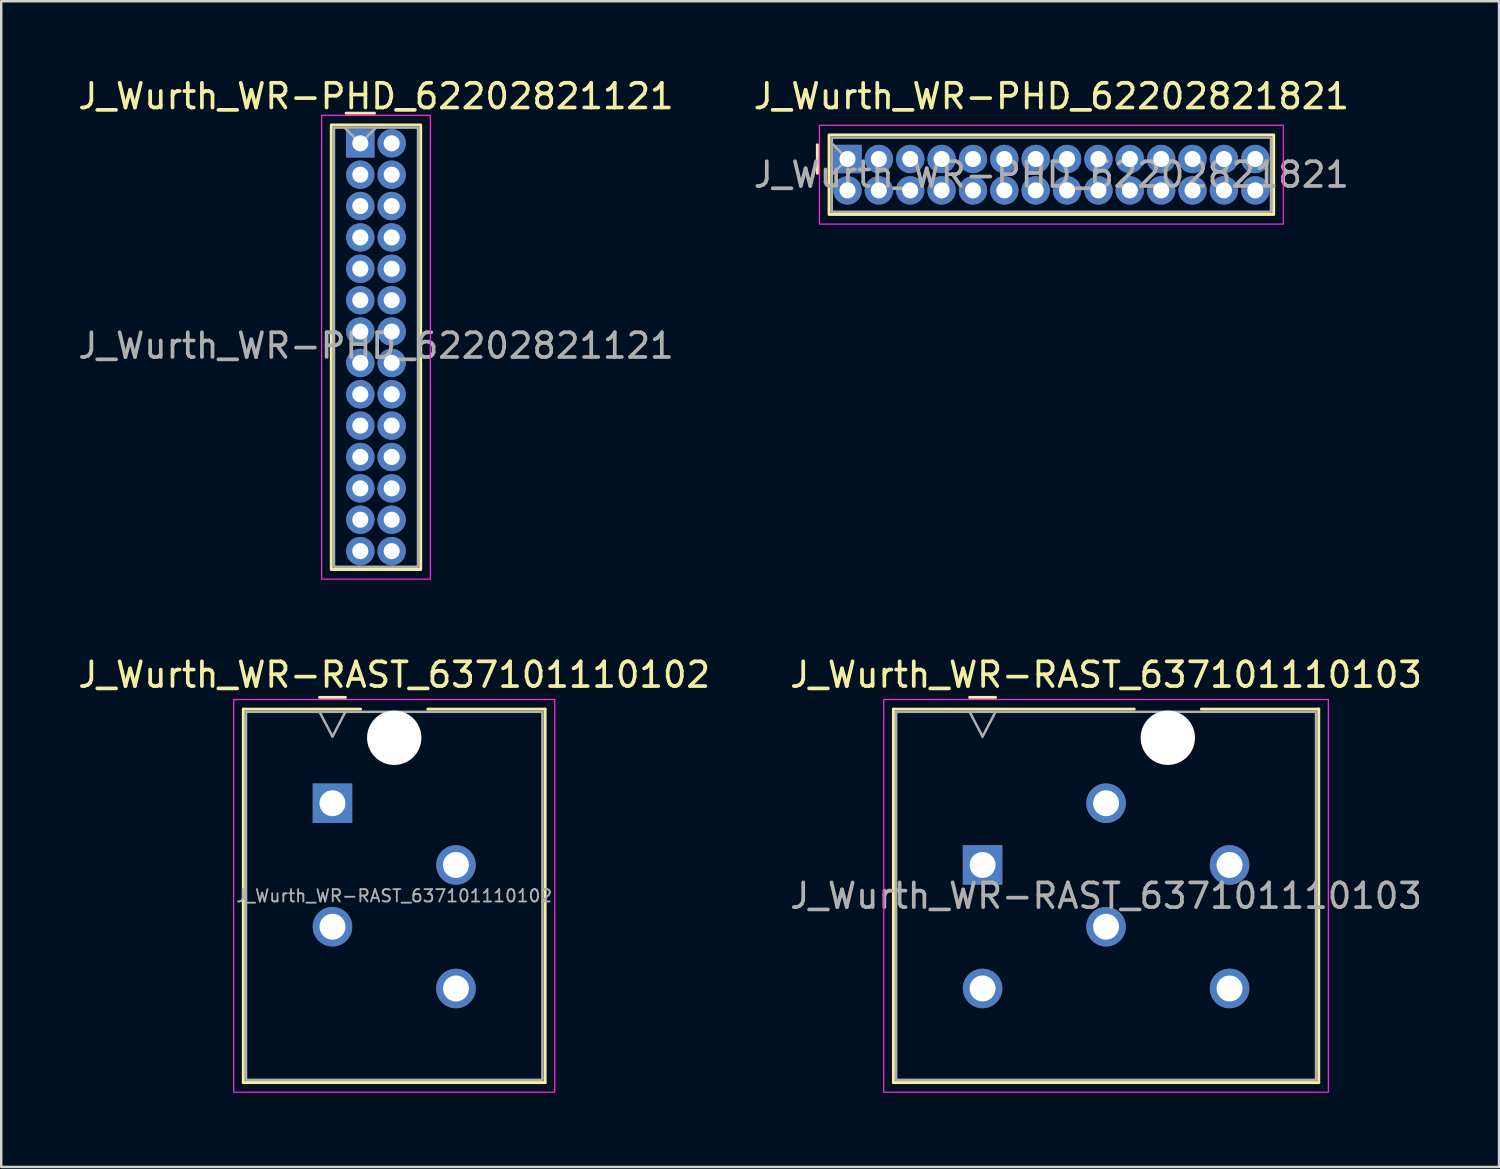
<source format=kicad_pcb>
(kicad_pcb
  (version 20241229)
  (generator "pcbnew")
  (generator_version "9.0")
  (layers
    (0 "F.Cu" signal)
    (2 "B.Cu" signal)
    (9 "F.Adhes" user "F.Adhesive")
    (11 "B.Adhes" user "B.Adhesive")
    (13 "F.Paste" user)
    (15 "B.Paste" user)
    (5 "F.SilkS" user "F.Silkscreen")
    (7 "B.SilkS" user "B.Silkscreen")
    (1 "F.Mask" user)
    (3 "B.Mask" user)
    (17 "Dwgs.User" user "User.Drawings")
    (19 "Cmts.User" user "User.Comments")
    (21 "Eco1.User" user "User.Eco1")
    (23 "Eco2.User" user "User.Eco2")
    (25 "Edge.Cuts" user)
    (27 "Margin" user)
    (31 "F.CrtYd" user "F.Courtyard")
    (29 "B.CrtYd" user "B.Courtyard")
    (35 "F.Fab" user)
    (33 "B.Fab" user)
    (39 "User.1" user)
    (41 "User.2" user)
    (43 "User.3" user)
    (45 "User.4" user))
  (footprint "J_Wurth_WR-PHD_62202821821"
    (layer "F.Cu")
    (at 31.263 3.388)
    (property "Reference" "J_Wurth_WR-PHD_62202821821" (at 8.255 -2.54 0) (unlocked yes) (layer "F.SilkS") (effects (font (size 1 1) (thickness 0.15))))
    (attr through_hole)
    (fp_line (start -1.22 -0.575) (end -1.22 0.575) (stroke (width 0.12) (type solid)) (layer "F.SilkS"))
    (fp_rect (start -0.745 -0.975) (end 17.255 2.245) (stroke (width 0.12) (type solid)) (fill no) (layer "F.SilkS"))
    (fp_rect (start -1.135 -1.365) (end 17.645 2.635) (stroke (width 0.05) (type solid)) (fill no) (layer "F.CrtYd"))
    (fp_line (start -0.635 0.635) (end 0 0) (stroke (width 0.1) (type default)) (layer "F.Fab"))
    (fp_line (start 0 0) (end -0.635 -0.635) (stroke (width 0.1) (type default)) (layer "F.Fab"))
    (fp_rect (start -0.635 -0.865) (end 17.145 2.135) (stroke (width 0.1) (type solid)) (fill no) (layer "F.Fab"))
    (fp_text user "${REFERENCE}" (at 8.255 0.635 0) (unlocked yes) (layer "F.Fab") (effects (font (size 1 1) (thickness 0.15))))
    (pad "1" thru_hole rect (at 0 0 180) (size 1.15 1.15) (drill 0.65) (layers "*.Cu" "*.Mask"))
    (pad "2" thru_hole circle (at 0 1.27 180) (size 1.15 1.15) (drill 0.65) (layers "*.Cu" "*.Mask"))
    (pad "3" thru_hole circle (at 1.27 0 180) (size 1.15 1.15) (drill 0.65) (layers "*.Cu" "*.Mask"))
    (pad "4" thru_hole circle (at 1.27 1.27 180) (size 1.15 1.15) (drill 0.65) (layers "*.Cu" "*.Mask"))
    (pad "5" thru_hole circle (at 2.54 0 180) (size 1.15 1.15) (drill 0.65) (layers "*.Cu" "*.Mask"))
    (pad "6" thru_hole circle (at 2.54 1.27 180) (size 1.15 1.15) (drill 0.65) (layers "*.Cu" "*.Mask"))
    (pad "7" thru_hole circle (at 3.81 0 180) (size 1.15 1.15) (drill 0.65) (layers "*.Cu" "*.Mask"))
    (pad "8" thru_hole circle (at 3.81 1.27 180) (size 1.15 1.15) (drill 0.65) (layers "*.Cu" "*.Mask"))
    (pad "9" thru_hole circle (at 5.08 0 180) (size 1.15 1.15) (drill 0.65) (layers "*.Cu" "*.Mask"))
    (pad "10" thru_hole circle (at 5.08 1.27 180) (size 1.15 1.15) (drill 0.65) (layers "*.Cu" "*.Mask"))
    (pad "11" thru_hole circle (at 6.35 0 180) (size 1.15 1.15) (drill 0.65) (layers "*.Cu" "*.Mask"))
    (pad "12" thru_hole circle (at 6.35 1.27 180) (size 1.15 1.15) (drill 0.65) (layers "*.Cu" "*.Mask"))
    (pad "13" thru_hole circle (at 7.62 0 180) (size 1.15 1.15) (drill 0.65) (layers "*.Cu" "*.Mask"))
    (pad "14" thru_hole circle (at 7.62 1.27 180) (size 1.15 1.15) (drill 0.65) (layers "*.Cu" "*.Mask"))
    (pad "15" thru_hole circle (at 8.89 0 180) (size 1.15 1.15) (drill 0.65) (layers "*.Cu" "*.Mask"))
    (pad "16" thru_hole circle (at 8.89 1.27 180) (size 1.15 1.15) (drill 0.65) (layers "*.Cu" "*.Mask"))
    (pad "17" thru_hole circle (at 10.16 0 180) (size 1.15 1.15) (drill 0.65) (layers "*.Cu" "*.Mask"))
    (pad "18" thru_hole circle (at 10.16 1.27 180) (size 1.15 1.15) (drill 0.65) (layers "*.Cu" "*.Mask"))
    (pad "19" thru_hole circle (at 11.43 0 180) (size 1.15 1.15) (drill 0.65) (layers "*.Cu" "*.Mask"))
    (pad "20" thru_hole circle (at 11.43 1.27 180) (size 1.15 1.15) (drill 0.65) (layers "*.Cu" "*.Mask"))
    (pad "21" thru_hole circle (at 12.7 0 180) (size 1.15 1.15) (drill 0.65) (layers "*.Cu" "*.Mask"))
    (pad "22" thru_hole circle (at 12.7 1.27 180) (size 1.15 1.15) (drill 0.65) (layers "*.Cu" "*.Mask"))
    (pad "23" thru_hole circle (at 13.97 0 180) (size 1.15 1.15) (drill 0.65) (layers "*.Cu" "*.Mask"))
    (pad "24" thru_hole circle (at 13.97 1.27 180) (size 1.15 1.15) (drill 0.65) (layers "*.Cu" "*.Mask"))
    (pad "25" thru_hole circle (at 15.24 0 180) (size 1.15 1.15) (drill 0.65) (layers "*.Cu" "*.Mask"))
    (pad "26" thru_hole circle (at 15.24 1.27 180) (size 1.15 1.15) (drill 0.65) (layers "*.Cu" "*.Mask"))
    (pad "27" thru_hole circle (at 16.51 0 180) (size 1.15 1.15) (drill 0.65) (layers "*.Cu" "*.Mask"))
    (pad "28" thru_hole circle (at 16.51 1.27 180) (size 1.15 1.15) (drill 0.65) (layers "*.Cu" "*.Mask")))
  (footprint "J_Wurth_WR-RAST_637101110102"
    (layer "F.Cu")
    (at 10.411 29.471)
    (property "Reference" "J_Wurth_WR-RAST_637101110102" (at 2.5 -5.2 0) (unlocked yes) (layer "F.SilkS") (effects (font (size 1 1) (thickness 0.15))))
    (attr smd)
    (fp_line (start -3.61 -3.81) (end -3.61 11.31) (stroke (width 0.12) (type default)) (layer "F.SilkS"))
    (fp_line (start -3.61 -3.81) (end 1.14 -3.81) (stroke (width 0.12) (type default)) (layer "F.SilkS"))
    (fp_line (start -3.61 11.31) (end 8.61 11.31) (stroke (width 0.12) (type default)) (layer "F.SilkS"))
    (fp_line (start -0.525 -4.285) (end 0.525 -4.285) (stroke (width 0.12) (type default)) (layer "F.SilkS"))
    (fp_line (start 8.61 -3.81) (end 3.86 -3.81) (stroke (width 0.12) (type default)) (layer "F.SilkS"))
    (fp_line (start 8.61 -3.81) (end 8.61 11.31) (stroke (width 0.12) (type default)) (layer "F.SilkS"))
    (fp_rect (start -4 -4.2) (end 9 11.7) (stroke (width 0.05) (type default)) (fill no) (layer "F.CrtYd"))
    (fp_line (start -0.525 -3.7) (end 0 -2.7) (stroke (width 0.1) (type default)) (layer "F.Fab"))
    (fp_line (start 0.525 -3.7) (end 0 -2.7) (stroke (width 0.1) (type default)) (layer "F.Fab"))
    (fp_rect (start -3.5 -3.7) (end 8.5 11.2) (stroke (width 0.1) (type default)) (fill no) (layer "F.Fab"))
    (fp_text user "${REFERENCE}" (at 2.5 3.75 0) (unlocked yes) (layer "F.Fab") (effects (font (size 0.5 0.5) (thickness 0.075))))
    (pad "" np_thru_hole circle (at 2.5 -2.65) (size 2.2 2.2) (drill 2.2) (layers "*.Cu" "*.Mask"))
    (pad "1" thru_hole rect (at 0 0) (size 1.6 1.6) (drill 1.05) (layers "*.Cu" "*.Mask"))
    (pad "2" thru_hole circle (at 5 2.5) (size 1.6 1.6) (drill 1.05) (layers "*.Cu" "*.Mask"))
    (pad "A1" thru_hole circle (at 0 5) (size 1.6 1.6) (drill 1.05) (layers "*.Cu" "*.Mask"))
    (pad "A2" thru_hole circle (at 5 7.5) (size 1.6 1.6) (drill 1.05) (layers "*.Cu" "*.Mask")))
  (footprint "J_Wurth_WR-PHD_62202821121"
    (layer "F.Cu")
    (at 11.538 2.753)
    (property "Reference" "J_Wurth_WR-PHD_62202821121" (at 0.635 -1.905 0) (unlocked yes) (layer "F.SilkS") (effects (font (size 1 1) (thickness 0.15))))
    (attr through_hole)
    (fp_line (start 0.575 -1.22) (end -0.575 -1.22) (stroke (width 0.12) (type solid)) (layer "F.SilkS"))
    (fp_rect (start -1.175 -0.745) (end 2.445 17.255) (stroke (width 0.12) (type solid)) (fill no) (layer "F.SilkS"))
    (fp_rect (start -1.565 -1.135) (end 2.835 17.645) (stroke (width 0.05) (type solid)) (fill no) (layer "F.CrtYd"))
    (fp_line (start 0 0) (end -0.635 -0.635) (stroke (width 0.1) (type default)) (layer "F.Fab"))
    (fp_line (start 0.635 -0.635) (end 0 0) (stroke (width 0.1) (type default)) (layer "F.Fab"))
    (fp_rect (start -1.065 -0.635) (end 2.335 17.145) (stroke (width 0.1) (type solid)) (fill no) (layer "F.Fab"))
    (fp_text user "${REFERENCE}" (at 0.635 8.195 0) (unlocked yes) (layer "F.Fab") (effects (font (size 1 1) (thickness 0.15))))
    (pad "1" thru_hole rect (at 0 0 270) (size 1.15 1.15) (drill 0.65) (layers "*.Cu" "*.Mask"))
    (pad "2" thru_hole circle (at 1.27 0 270) (size 1.15 1.15) (drill 0.65) (layers "*.Cu" "*.Mask"))
    (pad "3" thru_hole circle (at 0 1.27 270) (size 1.15 1.15) (drill 0.65) (layers "*.Cu" "*.Mask"))
    (pad "4" thru_hole circle (at 1.27 1.27 270) (size 1.15 1.15) (drill 0.65) (layers "*.Cu" "*.Mask"))
    (pad "5" thru_hole circle (at 0 2.54 270) (size 1.15 1.15) (drill 0.65) (layers "*.Cu" "*.Mask"))
    (pad "6" thru_hole circle (at 1.27 2.54 270) (size 1.15 1.15) (drill 0.65) (layers "*.Cu" "*.Mask"))
    (pad "7" thru_hole circle (at 0 3.81 270) (size 1.15 1.15) (drill 0.65) (layers "*.Cu" "*.Mask"))
    (pad "8" thru_hole circle (at 1.27 3.81 270) (size 1.15 1.15) (drill 0.65) (layers "*.Cu" "*.Mask"))
    (pad "9" thru_hole circle (at 0 5.08 270) (size 1.15 1.15) (drill 0.65) (layers "*.Cu" "*.Mask"))
    (pad "10" thru_hole circle (at 1.27 5.08 270) (size 1.15 1.15) (drill 0.65) (layers "*.Cu" "*.Mask"))
    (pad "11" thru_hole circle (at 0 6.35 270) (size 1.15 1.15) (drill 0.65) (layers "*.Cu" "*.Mask"))
    (pad "12" thru_hole circle (at 1.27 6.35 270) (size 1.15 1.15) (drill 0.65) (layers "*.Cu" "*.Mask"))
    (pad "13" thru_hole circle (at 0 7.62 270) (size 1.15 1.15) (drill 0.65) (layers "*.Cu" "*.Mask"))
    (pad "14" thru_hole circle (at 1.27 7.62 270) (size 1.15 1.15) (drill 0.65) (layers "*.Cu" "*.Mask"))
    (pad "15" thru_hole circle (at 0 8.89 270) (size 1.15 1.15) (drill 0.65) (layers "*.Cu" "*.Mask"))
    (pad "16" thru_hole circle (at 1.27 8.89 270) (size 1.15 1.15) (drill 0.65) (layers "*.Cu" "*.Mask"))
    (pad "17" thru_hole circle (at 0 10.16 270) (size 1.15 1.15) (drill 0.65) (layers "*.Cu" "*.Mask"))
    (pad "18" thru_hole circle (at 1.27 10.16 270) (size 1.15 1.15) (drill 0.65) (layers "*.Cu" "*.Mask"))
    (pad "19" thru_hole circle (at 0 11.43 270) (size 1.15 1.15) (drill 0.65) (layers "*.Cu" "*.Mask"))
    (pad "20" thru_hole circle (at 1.27 11.43 270) (size 1.15 1.15) (drill 0.65) (layers "*.Cu" "*.Mask"))
    (pad "21" thru_hole circle (at 0 12.7 270) (size 1.15 1.15) (drill 0.65) (layers "*.Cu" "*.Mask"))
    (pad "22" thru_hole circle (at 1.27 12.7 270) (size 1.15 1.15) (drill 0.65) (layers "*.Cu" "*.Mask"))
    (pad "23" thru_hole circle (at 0 13.97 270) (size 1.15 1.15) (drill 0.65) (layers "*.Cu" "*.Mask"))
    (pad "24" thru_hole circle (at 1.27 13.97 270) (size 1.15 1.15) (drill 0.65) (layers "*.Cu" "*.Mask"))
    (pad "25" thru_hole circle (at 0 15.24 270) (size 1.15 1.15) (drill 0.65) (layers "*.Cu" "*.Mask"))
    (pad "26" thru_hole circle (at 1.27 15.24 270) (size 1.15 1.15) (drill 0.65) (layers "*.Cu" "*.Mask"))
    (pad "27" thru_hole circle (at 0 16.51 270) (size 1.15 1.15) (drill 0.65) (layers "*.Cu" "*.Mask"))
    (pad "28" thru_hole circle (at 1.27 16.51 270) (size 1.15 1.15) (drill 0.65) (layers "*.Cu" "*.Mask")))
  (footprint "J_Wurth_WR-RAST_637101110103"
    (layer "F.Cu")
    (at 36.732 31.971)
    (property "Reference" "J_Wurth_WR-RAST_637101110103" (at 5 -7.7 0) (unlocked yes) (layer "F.SilkS") (effects (font (size 1 1) (thickness 0.15))))
    (attr smd)
    (fp_line (start -3.61 -6.31) (end -3.61 8.81) (stroke (width 0.12) (type default)) (layer "F.SilkS"))
    (fp_line (start -3.61 -6.31) (end 6.14 -6.31) (stroke (width 0.12) (type default)) (layer "F.SilkS"))
    (fp_line (start -3.61 8.81) (end 13.61 8.81) (stroke (width 0.12) (type default)) (layer "F.SilkS"))
    (fp_line (start -0.525 -6.785) (end 0.525 -6.785) (stroke (width 0.12) (type default)) (layer "F.SilkS"))
    (fp_line (start 13.61 -6.31) (end 8.86 -6.31) (stroke (width 0.12) (type default)) (layer "F.SilkS"))
    (fp_line (start 13.61 -6.31) (end 13.61 8.81) (stroke (width 0.12) (type default)) (layer "F.SilkS"))
    (fp_rect (start -4 -6.7) (end 14 9.2) (stroke (width 0.05) (type default)) (fill no) (layer "F.CrtYd"))
    (fp_line (start -0.525 -6.2) (end 0 -5.2) (stroke (width 0.1) (type default)) (layer "F.Fab"))
    (fp_line (start 0.525 -6.2) (end 0 -5.2) (stroke (width 0.1) (type default)) (layer "F.Fab"))
    (fp_rect (start -3.5 -6.2) (end 13.5 8.7) (stroke (width 0.1) (type default)) (fill no) (layer "F.Fab"))
    (fp_text user "${REFERENCE}" (at 5 1.25 0) (unlocked yes) (layer "F.Fab") (effects (font (size 1 1) (thickness 0.15))))
    (pad "" np_thru_hole circle (at 7.5 -5.15) (size 2.2 2.2) (drill 2.2) (layers "*.Cu" "*.Mask"))
    (pad "1" thru_hole rect (at 0 0) (size 1.6 1.6) (drill 1.05) (layers "*.Cu" "*.Mask"))
    (pad "2" thru_hole circle (at 5 -2.5) (size 1.6 1.6) (drill 1.05) (layers "*.Cu" "*.Mask"))
    (pad "3" thru_hole circle (at 10 0) (size 1.6 1.6) (drill 1.05) (layers "*.Cu" "*.Mask"))
    (pad "A1" thru_hole circle (at 0 5) (size 1.6 1.6) (drill 1.05) (layers "*.Cu" "*.Mask"))
    (pad "A2" thru_hole circle (at 5 2.5) (size 1.6 1.6) (drill 1.05) (layers "*.Cu" "*.Mask"))
    (pad "A3" thru_hole circle (at 10 5) (size 1.6 1.6) (drill 1.05) (layers "*.Cu" "*.Mask")))
  (gr_rect
    (start -3 -3)
    (end 57.643 44.197)
    (stroke (width 0.1) (type default))
    (fill no)
    (layer "Edge.Cuts")))
</source>
